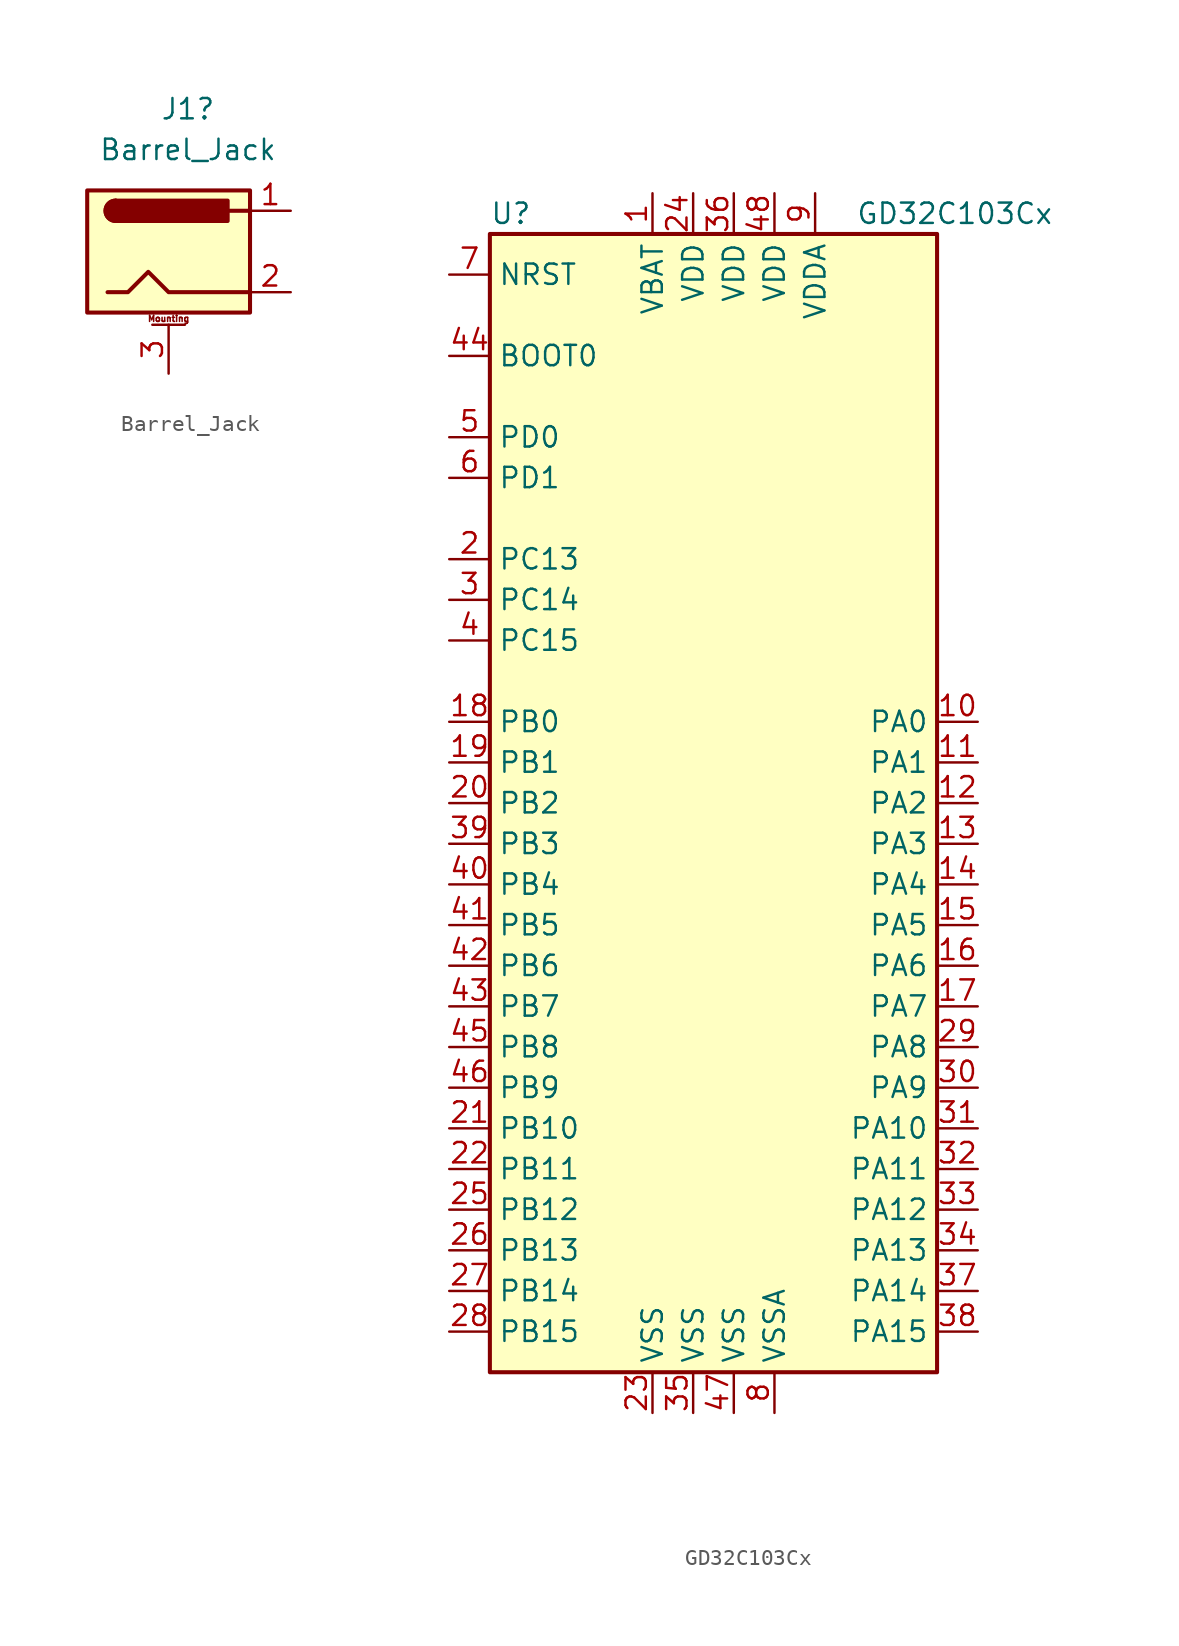
<source format=kicad_sym>
(kicad_symbol_lib
  (version 20211014)
  (generator kicad_symbol_editor)
  (symbol "GD32_SPINE:Barrel_Jack"
    (pin_names hide)
    (property "Reference" "J1"
      (at 1.206 8.89 0)
      (effects (font (size 1.27 1.27))))
    (property "Value" "Barrel_Jack"
      (at 1.206 6.35 0)
      (effects (font (size 1.27 1.27))))
    (symbol "Barrel_Jack_0_1"
      (rectangle (start -5.08 3.81) (end 5.08 -3.81) (stroke (width 0.254) (type default) (color 0 0 0 0)) (fill (type background)))
      (arc (start -3.302 3.175) (mid -3.937 2.54) (end -3.302 1.905) (stroke (width 0.254) (type default) (color 0 0 0 0)) (fill (type none)))
      (arc (start -3.302 3.175) (mid -3.937 2.54) (end -3.302 1.905) (stroke (width 0.254) (type default) (color 0 0 0 0)) (fill (type outline)))
      (polyline (pts (xy 5.08 2.54) (xy 3.81 2.54)) (stroke (width 0.254) (type default) (color 0 0 0 0)) (fill (type none)))
      (polyline (pts (xy -3.81 -2.54) (xy -2.54 -2.54) (xy -1.27 -1.27) (xy 0 -2.54) (xy 2.54 -2.54) (xy 5.08 -2.54)) (stroke (width 0.254) (type default) (color 0 0 0 0)) (fill (type none)))
      (rectangle (start 3.683 3.175) (end -3.302 1.905) (stroke (width 0.254) (type default) (color 0 0 0 0)) (fill (type outline))))
    (symbol "Barrel_Jack_1_1"
      (polyline (pts (xy -1.016 -4.572) (xy 1.016 -4.572)) (stroke (width 0.152) (type default) (color 0 0 0 0)) (fill (type none)))
      (text "Mounting" (at 0 -4.191 0) (effects (font (size 0.381 0.381))))
      (pin passive line (at 7.62 2.54 180) (length 2.54) (name "~" (effects (font (size 1.27 1.27)))) (number "1" (effects (font (size 1.27 1.27)))))
      (pin passive line (at 7.62 -2.54 180) (length 2.54) (name "~" (effects (font (size 1.27 1.27)))) (number "2" (effects (font (size 1.27 1.27)))))
      (pin passive line (at 0 -7.62 90) (length 3.048) (name "~" (effects (font (size 1.27 1.27)))) (number "3" (effects (font (size 1.27 1.27)))))))
  (symbol "GD32_SPINE:GD32C103Cx"
    (property "Reference" "U"
      (at -15.24 36.83 0)
      (effects (font (size 1.27 1.27)) (justify left)))
    (property "Value" "GD32C103Cx"
      (at 7.62 36.83 0)
      (effects (font (size 1.27 1.27)) (justify left)))
    (symbol "GD32C103Cx_0_1"
      (rectangle (start -15.24 -35.56) (end 12.7 35.56) (stroke (width 0.254) (type default) (color 0 0 0 0)) (fill (type background))))
    (symbol "GD32C103Cx_1_1"
      (pin power_in line (at -5.08 38.1 270) (length 2.54) (name "VBAT" (effects (font (size 1.27 1.27)))) (number "1" (effects (font (size 1.27 1.27)))))
      (pin bidirectional line (at 15.24 5.08 180) (length 2.54) (name "PA0" (effects (font (size 1.27 1.27)))) (number "10" (effects (font (size 1.27 1.27)))))
      (pin bidirectional line (at 15.24 2.54 180) (length 2.54) (name "PA1" (effects (font (size 1.27 1.27)))) (number "11" (effects (font (size 1.27 1.27)))))
      (pin bidirectional line (at 15.24 0 180) (length 2.54) (name "PA2" (effects (font (size 1.27 1.27)))) (number "12" (effects (font (size 1.27 1.27)))))
      (pin bidirectional line (at 15.24 -2.54 180) (length 2.54) (name "PA3" (effects (font (size 1.27 1.27)))) (number "13" (effects (font (size 1.27 1.27)))))
      (pin bidirectional line (at 15.24 -5.08 180) (length 2.54) (name "PA4" (effects (font (size 1.27 1.27)))) (number "14" (effects (font (size 1.27 1.27)))))
      (pin bidirectional line (at 15.24 -7.62 180) (length 2.54) (name "PA5" (effects (font (size 1.27 1.27)))) (number "15" (effects (font (size 1.27 1.27)))))
      (pin bidirectional line (at 15.24 -10.16 180) (length 2.54) (name "PA6" (effects (font (size 1.27 1.27)))) (number "16" (effects (font (size 1.27 1.27)))))
      (pin bidirectional line (at 15.24 -12.7 180) (length 2.54) (name "PA7" (effects (font (size 1.27 1.27)))) (number "17" (effects (font (size 1.27 1.27)))))
      (pin bidirectional line (at -17.78 5.08 0) (length 2.54) (name "PB0" (effects (font (size 1.27 1.27)))) (number "18" (effects (font (size 1.27 1.27)))))
      (pin bidirectional line (at -17.78 2.54 0) (length 2.54) (name "PB1" (effects (font (size 1.27 1.27)))) (number "19" (effects (font (size 1.27 1.27)))))
      (pin bidirectional line (at -17.78 15.24 0) (length 2.54) (name "PC13" (effects (font (size 1.27 1.27)))) (number "2" (effects (font (size 1.27 1.27)))))
      (pin bidirectional line (at -17.78 0 0) (length 2.54) (name "PB2" (effects (font (size 1.27 1.27)))) (number "20" (effects (font (size 1.27 1.27)))))
      (pin bidirectional line (at -17.78 -20.32 0) (length 2.54) (name "PB10" (effects (font (size 1.27 1.27)))) (number "21" (effects (font (size 1.27 1.27)))))
      (pin bidirectional line (at -17.78 -22.86 0) (length 2.54) (name "PB11" (effects (font (size 1.27 1.27)))) (number "22" (effects (font (size 1.27 1.27)))))
      (pin power_in line (at -5.08 -38.1 90) (length 2.54) (name "VSS" (effects (font (size 1.27 1.27)))) (number "23" (effects (font (size 1.27 1.27)))))
      (pin power_in line (at -2.54 38.1 270) (length 2.54) (name "VDD" (effects (font (size 1.27 1.27)))) (number "24" (effects (font (size 1.27 1.27)))))
      (pin bidirectional line (at -17.78 -25.4 0) (length 2.54) (name "PB12" (effects (font (size 1.27 1.27)))) (number "25" (effects (font (size 1.27 1.27)))))
      (pin bidirectional line (at -17.78 -27.94 0) (length 2.54) (name "PB13" (effects (font (size 1.27 1.27)))) (number "26" (effects (font (size 1.27 1.27)))))
      (pin bidirectional line (at -17.78 -30.48 0) (length 2.54) (name "PB14" (effects (font (size 1.27 1.27)))) (number "27" (effects (font (size 1.27 1.27)))))
      (pin bidirectional line (at -17.78 -33.02 0) (length 2.54) (name "PB15" (effects (font (size 1.27 1.27)))) (number "28" (effects (font (size 1.27 1.27)))))
      (pin bidirectional line (at 15.24 -15.24 180) (length 2.54) (name "PA8" (effects (font (size 1.27 1.27)))) (number "29" (effects (font (size 1.27 1.27)))))
      (pin bidirectional line (at -17.78 12.7 0) (length 2.54) (name "PC14" (effects (font (size 1.27 1.27)))) (number "3" (effects (font (size 1.27 1.27)))))
      (pin bidirectional line (at 15.24 -17.78 180) (length 2.54) (name "PA9" (effects (font (size 1.27 1.27)))) (number "30" (effects (font (size 1.27 1.27)))))
      (pin bidirectional line (at 15.24 -20.32 180) (length 2.54) (name "PA10" (effects (font (size 1.27 1.27)))) (number "31" (effects (font (size 1.27 1.27)))))
      (pin bidirectional line (at 15.24 -22.86 180) (length 2.54) (name "PA11" (effects (font (size 1.27 1.27)))) (number "32" (effects (font (size 1.27 1.27)))))
      (pin bidirectional line (at 15.24 -25.4 180) (length 2.54) (name "PA12" (effects (font (size 1.27 1.27)))) (number "33" (effects (font (size 1.27 1.27)))))
      (pin bidirectional line (at 15.24 -27.94 180) (length 2.54) (name "PA13" (effects (font (size 1.27 1.27)))) (number "34" (effects (font (size 1.27 1.27)))))
      (pin power_in line (at -2.54 -38.1 90) (length 2.54) (name "VSS" (effects (font (size 1.27 1.27)))) (number "35" (effects (font (size 1.27 1.27)))))
      (pin power_in line (at 0 38.1 270) (length 2.54) (name "VDD" (effects (font (size 1.27 1.27)))) (number "36" (effects (font (size 1.27 1.27)))))
      (pin bidirectional line (at 15.24 -30.48 180) (length 2.54) (name "PA14" (effects (font (size 1.27 1.27)))) (number "37" (effects (font (size 1.27 1.27)))))
      (pin bidirectional line (at 15.24 -33.02 180) (length 2.54) (name "PA15" (effects (font (size 1.27 1.27)))) (number "38" (effects (font (size 1.27 1.27)))))
      (pin bidirectional line (at -17.78 -2.54 0) (length 2.54) (name "PB3" (effects (font (size 1.27 1.27)))) (number "39" (effects (font (size 1.27 1.27)))))
      (pin bidirectional line (at -17.78 10.16 0) (length 2.54) (name "PC15" (effects (font (size 1.27 1.27)))) (number "4" (effects (font (size 1.27 1.27)))))
      (pin bidirectional line (at -17.78 -5.08 0) (length 2.54) (name "PB4" (effects (font (size 1.27 1.27)))) (number "40" (effects (font (size 1.27 1.27)))))
      (pin bidirectional line (at -17.78 -7.62 0) (length 2.54) (name "PB5" (effects (font (size 1.27 1.27)))) (number "41" (effects (font (size 1.27 1.27)))))
      (pin bidirectional line (at -17.78 -10.16 0) (length 2.54) (name "PB6" (effects (font (size 1.27 1.27)))) (number "42" (effects (font (size 1.27 1.27)))))
      (pin bidirectional line (at -17.78 -12.7 0) (length 2.54) (name "PB7" (effects (font (size 1.27 1.27)))) (number "43" (effects (font (size 1.27 1.27)))))
      (pin input line (at -17.78 27.94 0) (length 2.54) (name "BOOT0" (effects (font (size 1.27 1.27)))) (number "44" (effects (font (size 1.27 1.27)))))
      (pin bidirectional line (at -17.78 -15.24 0) (length 2.54) (name "PB8" (effects (font (size 1.27 1.27)))) (number "45" (effects (font (size 1.27 1.27)))))
      (pin bidirectional line (at -17.78 -17.78 0) (length 2.54) (name "PB9" (effects (font (size 1.27 1.27)))) (number "46" (effects (font (size 1.27 1.27)))))
      (pin power_in line (at 0 -38.1 90) (length 2.54) (name "VSS" (effects (font (size 1.27 1.27)))) (number "47" (effects (font (size 1.27 1.27)))))
      (pin power_in line (at 2.54 38.1 270) (length 2.54) (name "VDD" (effects (font (size 1.27 1.27)))) (number "48" (effects (font (size 1.27 1.27)))))
      (pin input line (at -17.78 22.86 0) (length 2.54) (name "PD0" (effects (font (size 1.27 1.27)))) (number "5" (effects (font (size 1.27 1.27)))))
      (pin input line (at -17.78 20.32 0) (length 2.54) (name "PD1" (effects (font (size 1.27 1.27)))) (number "6" (effects (font (size 1.27 1.27)))))
      (pin input line (at -17.78 33.02 0) (length 2.54) (name "NRST" (effects (font (size 1.27 1.27)))) (number "7" (effects (font (size 1.27 1.27)))))
      (pin power_in line (at 2.54 -38.1 90) (length 2.54) (name "VSSA" (effects (font (size 1.27 1.27)))) (number "8" (effects (font (size 1.27 1.27)))))
      (pin power_in line (at 5.08 38.1 270) (length 2.54) (name "VDDA" (effects (font (size 1.27 1.27)))) (number "9" (effects (font (size 1.27 1.27))))))))
</source>
